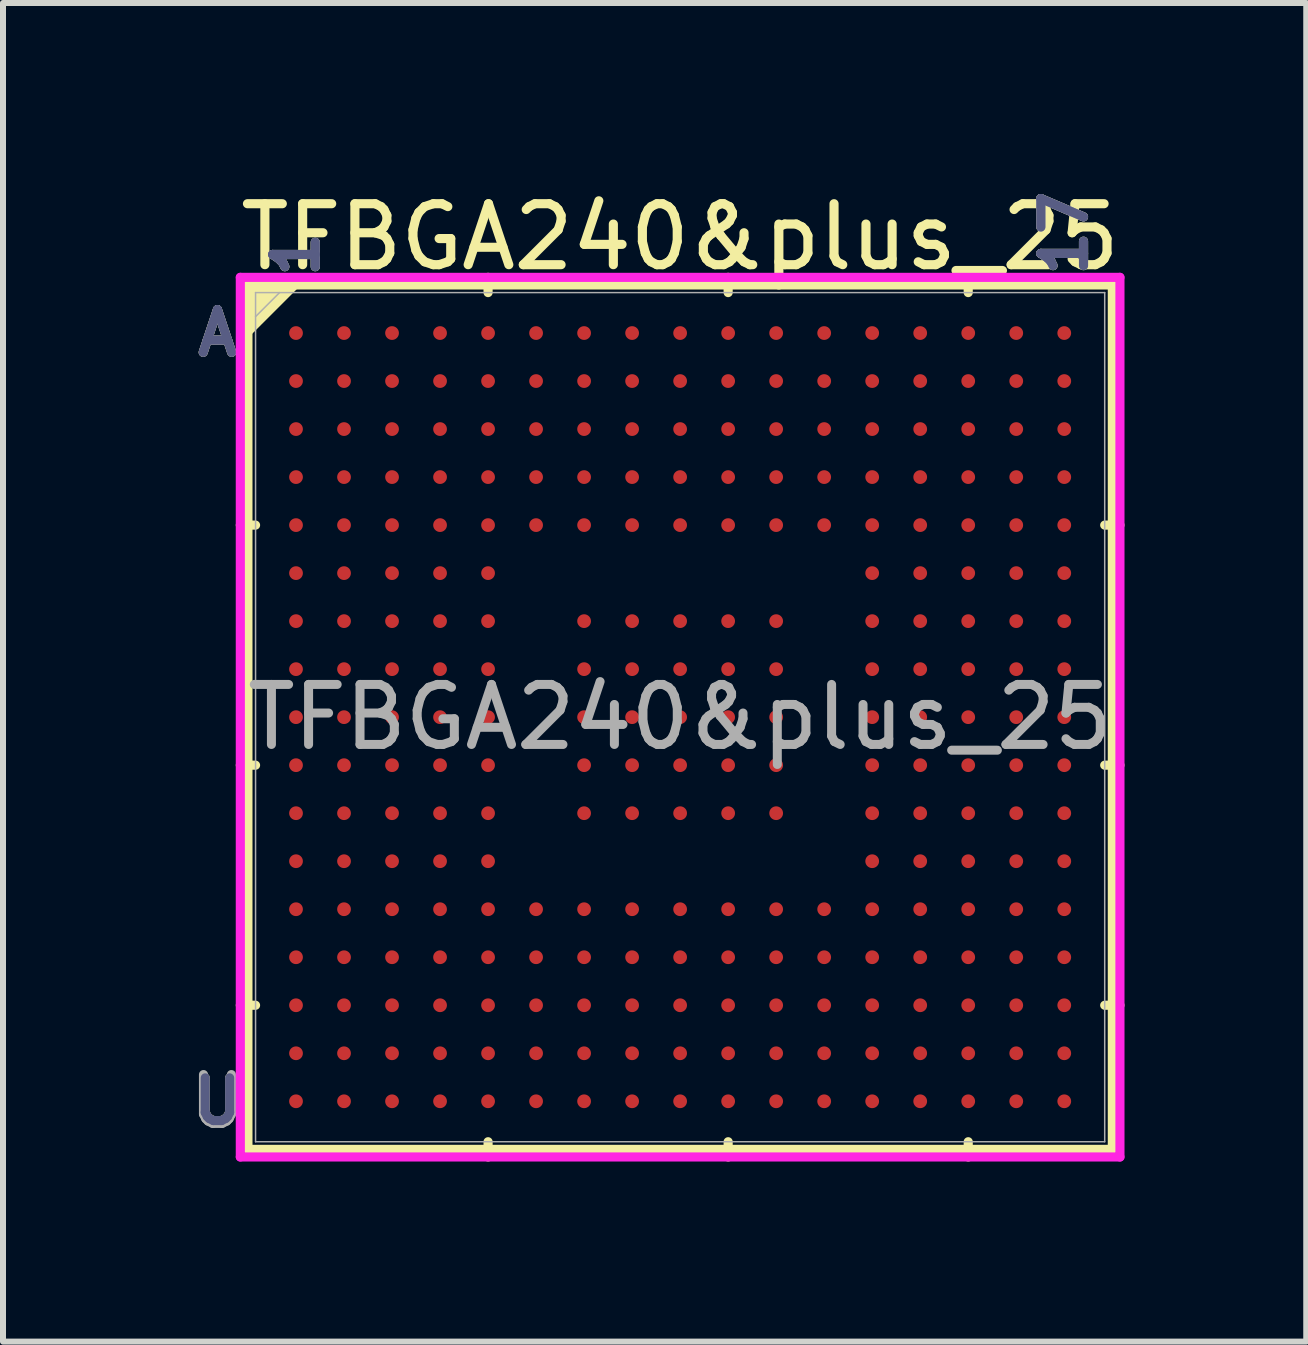
<source format=kicad_pcb>
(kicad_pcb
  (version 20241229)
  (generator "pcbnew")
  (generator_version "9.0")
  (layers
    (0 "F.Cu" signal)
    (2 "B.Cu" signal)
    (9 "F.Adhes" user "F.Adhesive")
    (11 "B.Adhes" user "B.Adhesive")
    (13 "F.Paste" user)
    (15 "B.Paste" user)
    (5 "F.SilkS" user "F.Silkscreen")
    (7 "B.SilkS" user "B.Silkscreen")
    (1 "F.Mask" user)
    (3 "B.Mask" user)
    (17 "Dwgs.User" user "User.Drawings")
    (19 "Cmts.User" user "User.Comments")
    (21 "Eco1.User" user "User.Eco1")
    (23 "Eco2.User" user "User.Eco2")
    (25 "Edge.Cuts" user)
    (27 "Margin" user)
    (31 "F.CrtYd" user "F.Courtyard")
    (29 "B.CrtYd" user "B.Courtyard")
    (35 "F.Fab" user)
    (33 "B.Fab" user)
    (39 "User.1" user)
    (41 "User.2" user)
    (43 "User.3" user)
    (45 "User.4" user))
  (footprint "TFBGA240&plus_25"
    (layer "F.Cu")
    (at 8.282 8.899)
    (property "Reference" "TFBGA240&plus_25" (at 0 -8.001 0) (unlocked yes) (layer "F.SilkS") (effects (font (size 1.016 1.016) (thickness 0.152))))
    (attr smd)
    (fp_line (start -7.201 -7.201) (end -7.201 7.201) (stroke (width 0.152) (type solid)) (layer "F.SilkS"))
    (fp_line (start -7.201 7.201) (end 7.201 7.201) (stroke (width 0.152) (type solid)) (layer "F.SilkS"))
    (fp_line (start -7.074 -3.2) (end -7.328 -3.2) (stroke (width 0.152) (type solid)) (layer "F.SilkS"))
    (fp_line (start -7.074 0.8) (end -7.328 0.8) (stroke (width 0.152) (type solid)) (layer "F.SilkS"))
    (fp_line (start -7.074 4.8) (end -7.328 4.8) (stroke (width 0.152) (type solid)) (layer "F.SilkS"))
    (fp_line (start -3.2 -7.074) (end -3.2 -7.328) (stroke (width 0.152) (type solid)) (layer "F.SilkS"))
    (fp_line (start -3.2 7.074) (end -3.2 7.328) (stroke (width 0.152) (type solid)) (layer "F.SilkS"))
    (fp_line (start 0.8 -7.074) (end 0.8 -7.328) (stroke (width 0.152) (type solid)) (layer "F.SilkS"))
    (fp_line (start 0.8 7.074) (end 0.8 7.328) (stroke (width 0.152) (type solid)) (layer "F.SilkS"))
    (fp_line (start 4.8 -7.074) (end 4.8 -7.328) (stroke (width 0.152) (type solid)) (layer "F.SilkS"))
    (fp_line (start 4.8 7.074) (end 4.8 7.328) (stroke (width 0.152) (type solid)) (layer "F.SilkS"))
    (fp_line (start 7.074 -3.2) (end 7.328 -3.2) (stroke (width 0.152) (type solid)) (layer "F.SilkS"))
    (fp_line (start 7.074 0.8) (end 7.328 0.8) (stroke (width 0.152) (type solid)) (layer "F.SilkS"))
    (fp_line (start 7.074 4.8) (end 7.328 4.8) (stroke (width 0.152) (type solid)) (layer "F.SilkS"))
    (fp_line (start 7.201 -7.201) (end -7.201 -7.201) (stroke (width 0.152) (type solid)) (layer "F.SilkS"))
    (fp_line (start 7.201 7.201) (end 7.201 -7.201) (stroke (width 0.152) (type solid)) (layer "F.SilkS"))
    (fp_poly (pts (xy -7.176 -7.176) (xy -6.413 -7.176) (xy -7.176 -6.413)) (stroke (width 0.1) (type solid)) (fill yes) (layer "F.SilkS"))
    (fp_line (start -7.328 -7.328) (end 7.328 -7.328) (stroke (width 0.152) (type solid)) (layer "F.CrtYd"))
    (fp_line (start -7.328 7.328) (end -7.328 -7.328) (stroke (width 0.152) (type solid)) (layer "F.CrtYd"))
    (fp_line (start 7.328 -7.328) (end 7.328 7.328) (stroke (width 0.152) (type solid)) (layer "F.CrtYd"))
    (fp_line (start 7.328 7.328) (end -7.328 7.328) (stroke (width 0.152) (type solid)) (layer "F.CrtYd"))
    (fp_line (start -7.074 -7.074) (end -7.074 7.074) (stroke (width 0.025) (type solid)) (layer "F.Fab"))
    (fp_line (start -7.074 7.074) (end 7.074 7.074) (stroke (width 0.025) (type solid)) (layer "F.Fab"))
    (fp_line (start -6.674 -7.074) (end -7.074 -6.674) (stroke (width 0.025) (type solid)) (layer "F.Fab"))
    (fp_line (start 7.074 -7.074) (end -7.074 -7.074) (stroke (width 0.025) (type solid)) (layer "F.Fab"))
    (fp_line (start 7.074 7.074) (end 7.074 -7.074) (stroke (width 0.025) (type solid)) (layer "F.Fab"))
    (fp_text user "17" (at 6.4 -8.065 90) (unlocked yes) (layer "F.SilkS") (effects (font (size 0.711 0.711) (thickness 0.152) (bold yes))))
    (fp_text user "1" (at -6.4 -7.709 90) (unlocked yes) (layer "F.SilkS") (effects (font (size 0.711 0.711) (thickness 0.152) (bold yes))))
    (fp_text user "U" (at -7.709 6.4 0) (unlocked yes) (layer "F.SilkS") (effects (font (size 0.711 0.711) (thickness 0.152) (bold yes))))
    (fp_text user "A" (at -7.709 -6.4 0) (unlocked yes) (layer "F.SilkS") (effects (font (size 0.711 0.711) (thickness 0.152) (bold yes))))
    (fp_text user "17" (at 6.4 -8.065 90) (unlocked yes) (layer "B.Fab") (effects (font (size 0.711 0.711) (thickness 0.152) (bold yes))))
    (fp_text user "1" (at -6.4 -7.709 90) (unlocked yes) (layer "B.Fab") (effects (font (size 0.711 0.711) (thickness 0.152) (bold yes))))
    (fp_text user "U" (at -7.709 6.4 0) (unlocked yes) (layer "B.Fab") (effects (font (size 0.711 0.711) (thickness 0.152) (bold yes))))
    (fp_text user "A" (at -7.709 -6.4 0) (unlocked yes) (layer "B.Fab") (effects (font (size 0.711 0.711) (thickness 0.152) (bold yes))))
    (fp_text user "17" (at 6.4 -8.065 90) (unlocked yes) (layer "F.Fab") (effects (font (size 0.711 0.711) (thickness 0.152) (bold yes))))
    (fp_text user "${REFERENCE}" (at 0 0 0) (unlocked yes) (layer "F.Fab") (effects (font (size 1 1) (thickness 0.15))))
    (fp_text user "A" (at -7.709 -6.4 0) (unlocked yes) (layer "F.Fab") (effects (font (size 0.711 0.711) (thickness 0.152) (bold yes))))
    (fp_text user "1" (at -6.4 -7.709 90) (unlocked yes) (layer "F.Fab") (effects (font (size 0.711 0.711) (thickness 0.152) (bold yes))))
    (fp_text user "U" (at -7.709 6.4 0) (unlocked yes) (layer "F.Fab") (effects (font (size 0.813 0.813) (thickness 0.152) (bold yes))))
    (pad "A1" smd circle (at -6.4 -6.4) (size 0.229 0.229) (layers "F.Cu" "F.Mask" "F.Paste"))
    (pad "A2" smd circle (at -5.6 -6.4) (size 0.229 0.229) (layers "F.Cu" "F.Mask" "F.Paste"))
    (pad "A3" smd circle (at -4.8 -6.4) (size 0.229 0.229) (layers "F.Cu" "F.Mask" "F.Paste"))
    (pad "A4" smd circle (at -4 -6.4) (size 0.229 0.229) (layers "F.Cu" "F.Mask" "F.Paste"))
    (pad "A5" smd circle (at -3.2 -6.4) (size 0.229 0.229) (layers "F.Cu" "F.Mask" "F.Paste"))
    (pad "A6" smd circle (at -2.4 -6.4) (size 0.229 0.229) (layers "F.Cu" "F.Mask" "F.Paste"))
    (pad "A7" smd circle (at -1.6 -6.4) (size 0.229 0.229) (layers "F.Cu" "F.Mask" "F.Paste"))
    (pad "A8" smd circle (at -0.8 -6.4) (size 0.229 0.229) (layers "F.Cu" "F.Mask" "F.Paste"))
    (pad "A9" smd circle (at 0 -6.4) (size 0.229 0.229) (layers "F.Cu" "F.Mask" "F.Paste"))
    (pad "A10" smd circle (at 0.8 -6.4) (size 0.229 0.229) (layers "F.Cu" "F.Mask" "F.Paste"))
    (pad "A11" smd circle (at 1.6 -6.4) (size 0.229 0.229) (layers "F.Cu" "F.Mask" "F.Paste"))
    (pad "A12" smd circle (at 2.4 -6.4) (size 0.229 0.229) (layers "F.Cu" "F.Mask" "F.Paste"))
    (pad "A13" smd circle (at 3.2 -6.4) (size 0.229 0.229) (layers "F.Cu" "F.Mask" "F.Paste"))
    (pad "A14" smd circle (at 4 -6.4) (size 0.229 0.229) (layers "F.Cu" "F.Mask" "F.Paste"))
    (pad "A15" smd circle (at 4.8 -6.4) (size 0.229 0.229) (layers "F.Cu" "F.Mask" "F.Paste"))
    (pad "A16" smd circle (at 5.6 -6.4) (size 0.229 0.229) (layers "F.Cu" "F.Mask" "F.Paste"))
    (pad "A17" smd circle (at 6.4 -6.4) (size 0.229 0.229) (layers "F.Cu" "F.Mask" "F.Paste"))
    (pad "B1" smd circle (at -6.4 -5.6) (size 0.229 0.229) (layers "F.Cu" "F.Mask" "F.Paste"))
    (pad "B2" smd circle (at -5.6 -5.6) (size 0.229 0.229) (layers "F.Cu" "F.Mask" "F.Paste"))
    (pad "B3" smd circle (at -4.8 -5.6) (size 0.229 0.229) (layers "F.Cu" "F.Mask" "F.Paste"))
    (pad "B4" smd circle (at -4 -5.6) (size 0.229 0.229) (layers "F.Cu" "F.Mask" "F.Paste"))
    (pad "B5" smd circle (at -3.2 -5.6) (size 0.229 0.229) (layers "F.Cu" "F.Mask" "F.Paste"))
    (pad "B6" smd circle (at -2.4 -5.6) (size 0.229 0.229) (layers "F.Cu" "F.Mask" "F.Paste"))
    (pad "B7" smd circle (at -1.6 -5.6) (size 0.229 0.229) (layers "F.Cu" "F.Mask" "F.Paste"))
    (pad "B8" smd circle (at -0.8 -5.6) (size 0.229 0.229) (layers "F.Cu" "F.Mask" "F.Paste"))
    (pad "B9" smd circle (at 0 -5.6) (size 0.229 0.229) (layers "F.Cu" "F.Mask" "F.Paste"))
    (pad "B10" smd circle (at 0.8 -5.6) (size 0.229 0.229) (layers "F.Cu" "F.Mask" "F.Paste"))
    (pad "B11" smd circle (at 1.6 -5.6) (size 0.229 0.229) (layers "F.Cu" "F.Mask" "F.Paste"))
    (pad "B12" smd circle (at 2.4 -5.6) (size 0.229 0.229) (layers "F.Cu" "F.Mask" "F.Paste"))
    (pad "B13" smd circle (at 3.2 -5.6) (size 0.229 0.229) (layers "F.Cu" "F.Mask" "F.Paste"))
    (pad "B14" smd circle (at 4 -5.6) (size 0.229 0.229) (layers "F.Cu" "F.Mask" "F.Paste"))
    (pad "B15" smd circle (at 4.8 -5.6) (size 0.229 0.229) (layers "F.Cu" "F.Mask" "F.Paste"))
    (pad "B16" smd circle (at 5.6 -5.6) (size 0.229 0.229) (layers "F.Cu" "F.Mask" "F.Paste"))
    (pad "B17" smd circle (at 6.4 -5.6) (size 0.229 0.229) (layers "F.Cu" "F.Mask" "F.Paste"))
    (pad "C1" smd circle (at -6.4 -4.8) (size 0.229 0.229) (layers "F.Cu" "F.Mask" "F.Paste"))
    (pad "C2" smd circle (at -5.6 -4.8) (size 0.229 0.229) (layers "F.Cu" "F.Mask" "F.Paste"))
    (pad "C3" smd circle (at -4.8 -4.8) (size 0.229 0.229) (layers "F.Cu" "F.Mask" "F.Paste"))
    (pad "C4" smd circle (at -4 -4.8) (size 0.229 0.229) (layers "F.Cu" "F.Mask" "F.Paste"))
    (pad "C5" smd circle (at -3.2 -4.8) (size 0.229 0.229) (layers "F.Cu" "F.Mask" "F.Paste"))
    (pad "C6" smd circle (at -2.4 -4.8) (size 0.229 0.229) (layers "F.Cu" "F.Mask" "F.Paste"))
    (pad "C7" smd circle (at -1.6 -4.8) (size 0.229 0.229) (layers "F.Cu" "F.Mask" "F.Paste"))
    (pad "C8" smd circle (at -0.8 -4.8) (size 0.229 0.229) (layers "F.Cu" "F.Mask" "F.Paste"))
    (pad "C9" smd circle (at 0 -4.8) (size 0.229 0.229) (layers "F.Cu" "F.Mask" "F.Paste"))
    (pad "C10" smd circle (at 0.8 -4.8) (size 0.229 0.229) (layers "F.Cu" "F.Mask" "F.Paste"))
    (pad "C11" smd circle (at 1.6 -4.8) (size 0.229 0.229) (layers "F.Cu" "F.Mask" "F.Paste"))
    (pad "C12" smd circle (at 2.4 -4.8) (size 0.229 0.229) (layers "F.Cu" "F.Mask" "F.Paste"))
    (pad "C13" smd circle (at 3.2 -4.8) (size 0.229 0.229) (layers "F.Cu" "F.Mask" "F.Paste"))
    (pad "C14" smd circle (at 4 -4.8) (size 0.229 0.229) (layers "F.Cu" "F.Mask" "F.Paste"))
    (pad "C15" smd circle (at 4.8 -4.8) (size 0.229 0.229) (layers "F.Cu" "F.Mask" "F.Paste"))
    (pad "C16" smd circle (at 5.6 -4.8) (size 0.229 0.229) (layers "F.Cu" "F.Mask" "F.Paste"))
    (pad "C17" smd circle (at 6.4 -4.8) (size 0.229 0.229) (layers "F.Cu" "F.Mask" "F.Paste"))
    (pad "D1" smd circle (at -6.4 -4) (size 0.229 0.229) (layers "F.Cu" "F.Mask" "F.Paste"))
    (pad "D2" smd circle (at -5.6 -4) (size 0.229 0.229) (layers "F.Cu" "F.Mask" "F.Paste"))
    (pad "D3" smd circle (at -4.8 -4) (size 0.229 0.229) (layers "F.Cu" "F.Mask" "F.Paste"))
    (pad "D4" smd circle (at -4 -4) (size 0.229 0.229) (layers "F.Cu" "F.Mask" "F.Paste"))
    (pad "D5" smd circle (at -3.2 -4) (size 0.229 0.229) (layers "F.Cu" "F.Mask" "F.Paste"))
    (pad "D6" smd circle (at -2.4 -4) (size 0.229 0.229) (layers "F.Cu" "F.Mask" "F.Paste"))
    (pad "D7" smd circle (at -1.6 -4) (size 0.229 0.229) (layers "F.Cu" "F.Mask" "F.Paste"))
    (pad "D8" smd circle (at -0.8 -4) (size 0.229 0.229) (layers "F.Cu" "F.Mask" "F.Paste"))
    (pad "D9" smd circle (at 0 -4) (size 0.229 0.229) (layers "F.Cu" "F.Mask" "F.Paste"))
    (pad "D10" smd circle (at 0.8 -4) (size 0.229 0.229) (layers "F.Cu" "F.Mask" "F.Paste"))
    (pad "D11" smd circle (at 1.6 -4) (size 0.229 0.229) (layers "F.Cu" "F.Mask" "F.Paste"))
    (pad "D12" smd circle (at 2.4 -4) (size 0.229 0.229) (layers "F.Cu" "F.Mask" "F.Paste"))
    (pad "D13" smd circle (at 3.2 -4) (size 0.229 0.229) (layers "F.Cu" "F.Mask" "F.Paste"))
    (pad "D14" smd circle (at 4 -4) (size 0.229 0.229) (layers "F.Cu" "F.Mask" "F.Paste"))
    (pad "D15" smd circle (at 4.8 -4) (size 0.229 0.229) (layers "F.Cu" "F.Mask" "F.Paste"))
    (pad "D16" smd circle (at 5.6 -4) (size 0.229 0.229) (layers "F.Cu" "F.Mask" "F.Paste"))
    (pad "D17" smd circle (at 6.4 -4) (size 0.229 0.229) (layers "F.Cu" "F.Mask" "F.Paste"))
    (pad "E1" smd circle (at -6.4 -3.2) (size 0.229 0.229) (layers "F.Cu" "F.Mask" "F.Paste"))
    (pad "E2" smd circle (at -5.6 -3.2) (size 0.229 0.229) (layers "F.Cu" "F.Mask" "F.Paste"))
    (pad "E3" smd circle (at -4.8 -3.2) (size 0.229 0.229) (layers "F.Cu" "F.Mask" "F.Paste"))
    (pad "E4" smd circle (at -4 -3.2) (size 0.229 0.229) (layers "F.Cu" "F.Mask" "F.Paste"))
    (pad "E5" smd circle (at -3.2 -3.2) (size 0.229 0.229) (layers "F.Cu" "F.Mask" "F.Paste"))
    (pad "E6" smd circle (at -2.4 -3.2) (size 0.229 0.229) (layers "F.Cu" "F.Mask" "F.Paste"))
    (pad "E7" smd circle (at -1.6 -3.2) (size 0.229 0.229) (layers "F.Cu" "F.Mask" "F.Paste"))
    (pad "E8" smd circle (at -0.8 -3.2) (size 0.229 0.229) (layers "F.Cu" "F.Mask" "F.Paste"))
    (pad "E9" smd circle (at 0 -3.2) (size 0.229 0.229) (layers "F.Cu" "F.Mask" "F.Paste"))
    (pad "E10" smd circle (at 0.8 -3.2) (size 0.229 0.229) (layers "F.Cu" "F.Mask" "F.Paste"))
    (pad "E11" smd circle (at 1.6 -3.2) (size 0.229 0.229) (layers "F.Cu" "F.Mask" "F.Paste"))
    (pad "E12" smd circle (at 2.4 -3.2) (size 0.229 0.229) (layers "F.Cu" "F.Mask" "F.Paste"))
    (pad "E13" smd circle (at 3.2 -3.2) (size 0.229 0.229) (layers "F.Cu" "F.Mask" "F.Paste"))
    (pad "E14" smd circle (at 4 -3.2) (size 0.229 0.229) (layers "F.Cu" "F.Mask" "F.Paste"))
    (pad "E15" smd circle (at 4.8 -3.2) (size 0.229 0.229) (layers "F.Cu" "F.Mask" "F.Paste"))
    (pad "E16" smd circle (at 5.6 -3.2) (size 0.229 0.229) (layers "F.Cu" "F.Mask" "F.Paste"))
    (pad "E17" smd circle (at 6.4 -3.2) (size 0.229 0.229) (layers "F.Cu" "F.Mask" "F.Paste"))
    (pad "F1" smd circle (at -6.4 -2.4) (size 0.229 0.229) (layers "F.Cu" "F.Mask" "F.Paste"))
    (pad "F2" smd circle (at -5.6 -2.4) (size 0.229 0.229) (layers "F.Cu" "F.Mask" "F.Paste"))
    (pad "F3" smd circle (at -4.8 -2.4) (size 0.229 0.229) (layers "F.Cu" "F.Mask" "F.Paste"))
    (pad "F4" smd circle (at -4 -2.4) (size 0.229 0.229) (layers "F.Cu" "F.Mask" "F.Paste"))
    (pad "F5" smd circle (at -3.2 -2.4) (size 0.229 0.229) (layers "F.Cu" "F.Mask" "F.Paste"))
    (pad "F13" smd circle (at 3.2 -2.4) (size 0.229 0.229) (layers "F.Cu" "F.Mask" "F.Paste"))
    (pad "F14" smd circle (at 4 -2.4) (size 0.229 0.229) (layers "F.Cu" "F.Mask" "F.Paste"))
    (pad "F15" smd circle (at 4.8 -2.4) (size 0.229 0.229) (layers "F.Cu" "F.Mask" "F.Paste"))
    (pad "F16" smd circle (at 5.6 -2.4) (size 0.229 0.229) (layers "F.Cu" "F.Mask" "F.Paste"))
    (pad "F17" smd circle (at 6.4 -2.4) (size 0.229 0.229) (layers "F.Cu" "F.Mask" "F.Paste"))
    (pad "G1" smd circle (at -6.4 -1.6) (size 0.229 0.229) (layers "F.Cu" "F.Mask" "F.Paste"))
    (pad "G2" smd circle (at -5.6 -1.6) (size 0.229 0.229) (layers "F.Cu" "F.Mask" "F.Paste"))
    (pad "G3" smd circle (at -4.8 -1.6) (size 0.229 0.229) (layers "F.Cu" "F.Mask" "F.Paste"))
    (pad "G4" smd circle (at -4 -1.6) (size 0.229 0.229) (layers "F.Cu" "F.Mask" "F.Paste"))
    (pad "G5" smd circle (at -3.2 -1.6) (size 0.229 0.229) (layers "F.Cu" "F.Mask" "F.Paste"))
    (pad "G7" smd circle (at -1.6 -1.6) (size 0.229 0.229) (layers "F.Cu" "F.Mask" "F.Paste"))
    (pad "G8" smd circle (at -0.8 -1.6) (size 0.229 0.229) (layers "F.Cu" "F.Mask" "F.Paste"))
    (pad "G9" smd circle (at 0 -1.6) (size 0.229 0.229) (layers "F.Cu" "F.Mask" "F.Paste"))
    (pad "G10" smd circle (at 0.8 -1.6) (size 0.229 0.229) (layers "F.Cu" "F.Mask" "F.Paste"))
    (pad "G11" smd circle (at 1.6 -1.6) (size 0.229 0.229) (layers "F.Cu" "F.Mask" "F.Paste"))
    (pad "G13" smd circle (at 3.2 -1.6) (size 0.229 0.229) (layers "F.Cu" "F.Mask" "F.Paste"))
    (pad "G14" smd circle (at 4 -1.6) (size 0.229 0.229) (layers "F.Cu" "F.Mask" "F.Paste"))
    (pad "G15" smd circle (at 4.8 -1.6) (size 0.229 0.229) (layers "F.Cu" "F.Mask" "F.Paste"))
    (pad "G16" smd circle (at 5.6 -1.6) (size 0.229 0.229) (layers "F.Cu" "F.Mask" "F.Paste"))
    (pad "G17" smd circle (at 6.4 -1.6) (size 0.229 0.229) (layers "F.Cu" "F.Mask" "F.Paste"))
    (pad "H1" smd circle (at -6.4 -0.8) (size 0.229 0.229) (layers "F.Cu" "F.Mask" "F.Paste"))
    (pad "H2" smd circle (at -5.6 -0.8) (size 0.229 0.229) (layers "F.Cu" "F.Mask" "F.Paste"))
    (pad "H3" smd circle (at -4.8 -0.8) (size 0.229 0.229) (layers "F.Cu" "F.Mask" "F.Paste"))
    (pad "H4" smd circle (at -4 -0.8) (size 0.229 0.229) (layers "F.Cu" "F.Mask" "F.Paste"))
    (pad "H5" smd circle (at -3.2 -0.8) (size 0.229 0.229) (layers "F.Cu" "F.Mask" "F.Paste"))
    (pad "H7" smd circle (at -1.6 -0.8) (size 0.229 0.229) (layers "F.Cu" "F.Mask" "F.Paste"))
    (pad "H8" smd circle (at -0.8 -0.8) (size 0.229 0.229) (layers "F.Cu" "F.Mask" "F.Paste"))
    (pad "H9" smd circle (at 0 -0.8) (size 0.229 0.229) (layers "F.Cu" "F.Mask" "F.Paste"))
    (pad "H10" smd circle (at 0.8 -0.8) (size 0.229 0.229) (layers "F.Cu" "F.Mask" "F.Paste"))
    (pad "H11" smd circle (at 1.6 -0.8) (size 0.229 0.229) (layers "F.Cu" "F.Mask" "F.Paste"))
    (pad "H13" smd circle (at 3.2 -0.8) (size 0.229 0.229) (layers "F.Cu" "F.Mask" "F.Paste"))
    (pad "H14" smd circle (at 4 -0.8) (size 0.229 0.229) (layers "F.Cu" "F.Mask" "F.Paste"))
    (pad "H15" smd circle (at 4.8 -0.8) (size 0.229 0.229) (layers "F.Cu" "F.Mask" "F.Paste"))
    (pad "H16" smd circle (at 5.6 -0.8) (size 0.229 0.229) (layers "F.Cu" "F.Mask" "F.Paste"))
    (pad "H17" smd circle (at 6.4 -0.8) (size 0.229 0.229) (layers "F.Cu" "F.Mask" "F.Paste"))
    (pad "J1" smd circle (at -6.4 0) (size 0.229 0.229) (layers "F.Cu" "F.Mask" "F.Paste"))
    (pad "J2" smd circle (at -5.6 0) (size 0.229 0.229) (layers "F.Cu" "F.Mask" "F.Paste"))
    (pad "J3" smd circle (at -4.8 0) (size 0.229 0.229) (layers "F.Cu" "F.Mask" "F.Paste"))
    (pad "J4" smd circle (at -4 0) (size 0.229 0.229) (layers "F.Cu" "F.Mask" "F.Paste"))
    (pad "J5" smd circle (at -3.2 0) (size 0.229 0.229) (layers "F.Cu" "F.Mask" "F.Paste"))
    (pad "J7" smd circle (at -1.6 0) (size 0.229 0.229) (layers "F.Cu" "F.Mask" "F.Paste"))
    (pad "J8" smd circle (at -0.8 0) (size 0.229 0.229) (layers "F.Cu" "F.Mask" "F.Paste"))
    (pad "J9" smd circle (at 0 0) (size 0.229 0.229) (layers "F.Cu" "F.Mask" "F.Paste"))
    (pad "J10" smd circle (at 0.8 0) (size 0.229 0.229) (layers "F.Cu" "F.Mask" "F.Paste"))
    (pad "J11" smd circle (at 1.6 0) (size 0.229 0.229) (layers "F.Cu" "F.Mask" "F.Paste"))
    (pad "J13" smd circle (at 3.2 0) (size 0.229 0.229) (layers "F.Cu" "F.Mask" "F.Paste"))
    (pad "J14" smd circle (at 4 0) (size 0.229 0.229) (layers "F.Cu" "F.Mask" "F.Paste"))
    (pad "J15" smd circle (at 4.8 0) (size 0.229 0.229) (layers "F.Cu" "F.Mask" "F.Paste"))
    (pad "J16" smd circle (at 5.6 0) (size 0.229 0.229) (layers "F.Cu" "F.Mask" "F.Paste"))
    (pad "J17" smd circle (at 6.4 0) (size 0.229 0.229) (layers "F.Cu" "F.Mask" "F.Paste"))
    (pad "K1" smd circle (at -6.4 0.8) (size 0.229 0.229) (layers "F.Cu" "F.Mask" "F.Paste"))
    (pad "K2" smd circle (at -5.6 0.8) (size 0.229 0.229) (layers "F.Cu" "F.Mask" "F.Paste"))
    (pad "K3" smd circle (at -4.8 0.8) (size 0.229 0.229) (layers "F.Cu" "F.Mask" "F.Paste"))
    (pad "K4" smd circle (at -4 0.8) (size 0.229 0.229) (layers "F.Cu" "F.Mask" "F.Paste"))
    (pad "K5" smd circle (at -3.2 0.8) (size 0.229 0.229) (layers "F.Cu" "F.Mask" "F.Paste"))
    (pad "K7" smd circle (at -1.6 0.8) (size 0.229 0.229) (layers "F.Cu" "F.Mask" "F.Paste"))
    (pad "K8" smd circle (at -0.8 0.8) (size 0.229 0.229) (layers "F.Cu" "F.Mask" "F.Paste"))
    (pad "K9" smd circle (at 0 0.8) (size 0.229 0.229) (layers "F.Cu" "F.Mask" "F.Paste"))
    (pad "K10" smd circle (at 0.8 0.8) (size 0.229 0.229) (layers "F.Cu" "F.Mask" "F.Paste"))
    (pad "K11" smd circle (at 1.6 0.8) (size 0.229 0.229) (layers "F.Cu" "F.Mask" "F.Paste"))
    (pad "K13" smd circle (at 3.2 0.8) (size 0.229 0.229) (layers "F.Cu" "F.Mask" "F.Paste"))
    (pad "K14" smd circle (at 4 0.8) (size 0.229 0.229) (layers "F.Cu" "F.Mask" "F.Paste"))
    (pad "K15" smd circle (at 4.8 0.8) (size 0.229 0.229) (layers "F.Cu" "F.Mask" "F.Paste"))
    (pad "K16" smd circle (at 5.6 0.8) (size 0.229 0.229) (layers "F.Cu" "F.Mask" "F.Paste"))
    (pad "K17" smd circle (at 6.4 0.8) (size 0.229 0.229) (layers "F.Cu" "F.Mask" "F.Paste"))
    (pad "L1" smd circle (at -6.4 1.6) (size 0.229 0.229) (layers "F.Cu" "F.Mask" "F.Paste"))
    (pad "L2" smd circle (at -5.6 1.6) (size 0.229 0.229) (layers "F.Cu" "F.Mask" "F.Paste"))
    (pad "L3" smd circle (at -4.8 1.6) (size 0.229 0.229) (layers "F.Cu" "F.Mask" "F.Paste"))
    (pad "L4" smd circle (at -4 1.6) (size 0.229 0.229) (layers "F.Cu" "F.Mask" "F.Paste"))
    (pad "L5" smd circle (at -3.2 1.6) (size 0.229 0.229) (layers "F.Cu" "F.Mask" "F.Paste"))
    (pad "L7" smd circle (at -1.6 1.6) (size 0.229 0.229) (layers "F.Cu" "F.Mask" "F.Paste"))
    (pad "L8" smd circle (at -0.8 1.6) (size 0.229 0.229) (layers "F.Cu" "F.Mask" "F.Paste"))
    (pad "L9" smd circle (at 0 1.6) (size 0.229 0.229) (layers "F.Cu" "F.Mask" "F.Paste"))
    (pad "L10" smd circle (at 0.8 1.6) (size 0.229 0.229) (layers "F.Cu" "F.Mask" "F.Paste"))
    (pad "L11" smd circle (at 1.6 1.6) (size 0.229 0.229) (layers "F.Cu" "F.Mask" "F.Paste"))
    (pad "L13" smd circle (at 3.2 1.6) (size 0.229 0.229) (layers "F.Cu" "F.Mask" "F.Paste"))
    (pad "L14" smd circle (at 4 1.6) (size 0.229 0.229) (layers "F.Cu" "F.Mask" "F.Paste"))
    (pad "L15" smd circle (at 4.8 1.6) (size 0.229 0.229) (layers "F.Cu" "F.Mask" "F.Paste"))
    (pad "L16" smd circle (at 5.6 1.6) (size 0.229 0.229) (layers "F.Cu" "F.Mask" "F.Paste"))
    (pad "L17" smd circle (at 6.4 1.6) (size 0.229 0.229) (layers "F.Cu" "F.Mask" "F.Paste"))
    (pad "M1" smd circle (at -6.4 2.4) (size 0.229 0.229) (layers "F.Cu" "F.Mask" "F.Paste"))
    (pad "M2" smd circle (at -5.6 2.4) (size 0.229 0.229) (layers "F.Cu" "F.Mask" "F.Paste"))
    (pad "M3" smd circle (at -4.8 2.4) (size 0.229 0.229) (layers "F.Cu" "F.Mask" "F.Paste"))
    (pad "M4" smd circle (at -4 2.4) (size 0.229 0.229) (layers "F.Cu" "F.Mask" "F.Paste"))
    (pad "M5" smd circle (at -3.2 2.4) (size 0.229 0.229) (layers "F.Cu" "F.Mask" "F.Paste"))
    (pad "M13" smd circle (at 3.2 2.4) (size 0.229 0.229) (layers "F.Cu" "F.Mask" "F.Paste"))
    (pad "M14" smd circle (at 4 2.4) (size 0.229 0.229) (layers "F.Cu" "F.Mask" "F.Paste"))
    (pad "M15" smd circle (at 4.8 2.4) (size 0.229 0.229) (layers "F.Cu" "F.Mask" "F.Paste"))
    (pad "M16" smd circle (at 5.6 2.4) (size 0.229 0.229) (layers "F.Cu" "F.Mask" "F.Paste"))
    (pad "M17" smd circle (at 6.4 2.4) (size 0.229 0.229) (layers "F.Cu" "F.Mask" "F.Paste"))
    (pad "N1" smd circle (at -6.4 3.2) (size 0.229 0.229) (layers "F.Cu" "F.Mask" "F.Paste"))
    (pad "N2" smd circle (at -5.6 3.2) (size 0.229 0.229) (layers "F.Cu" "F.Mask" "F.Paste"))
    (pad "N3" smd circle (at -4.8 3.2) (size 0.229 0.229) (layers "F.Cu" "F.Mask" "F.Paste"))
    (pad "N4" smd circle (at -4 3.2) (size 0.229 0.229) (layers "F.Cu" "F.Mask" "F.Paste"))
    (pad "N5" smd circle (at -3.2 3.2) (size 0.229 0.229) (layers "F.Cu" "F.Mask" "F.Paste"))
    (pad "N6" smd circle (at -2.4 3.2) (size 0.229 0.229) (layers "F.Cu" "F.Mask" "F.Paste"))
    (pad "N7" smd circle (at -1.6 3.2) (size 0.229 0.229) (layers "F.Cu" "F.Mask" "F.Paste"))
    (pad "N8" smd circle (at -0.8 3.2) (size 0.229 0.229) (layers "F.Cu" "F.Mask" "F.Paste"))
    (pad "N9" smd circle (at 0 3.2) (size 0.229 0.229) (layers "F.Cu" "F.Mask" "F.Paste"))
    (pad "N10" smd circle (at 0.8 3.2) (size 0.229 0.229) (layers "F.Cu" "F.Mask" "F.Paste"))
    (pad "N11" smd circle (at 1.6 3.2) (size 0.229 0.229) (layers "F.Cu" "F.Mask" "F.Paste"))
    (pad "N12" smd circle (at 2.4 3.2) (size 0.229 0.229) (layers "F.Cu" "F.Mask" "F.Paste"))
    (pad "N13" smd circle (at 3.2 3.2) (size 0.229 0.229) (layers "F.Cu" "F.Mask" "F.Paste"))
    (pad "N14" smd circle (at 4 3.2) (size 0.229 0.229) (layers "F.Cu" "F.Mask" "F.Paste"))
    (pad "N15" smd circle (at 4.8 3.2) (size 0.229 0.229) (layers "F.Cu" "F.Mask" "F.Paste"))
    (pad "N16" smd circle (at 5.6 3.2) (size 0.229 0.229) (layers "F.Cu" "F.Mask" "F.Paste"))
    (pad "N17" smd circle (at 6.4 3.2) (size 0.229 0.229) (layers "F.Cu" "F.Mask" "F.Paste"))
    (pad "P1" smd circle (at -6.4 4) (size 0.229 0.229) (layers "F.Cu" "F.Mask" "F.Paste"))
    (pad "P2" smd circle (at -5.6 4) (size 0.229 0.229) (layers "F.Cu" "F.Mask" "F.Paste"))
    (pad "P3" smd circle (at -4.8 4) (size 0.229 0.229) (layers "F.Cu" "F.Mask" "F.Paste"))
    (pad "P4" smd circle (at -4 4) (size 0.229 0.229) (layers "F.Cu" "F.Mask" "F.Paste"))
    (pad "P5" smd circle (at -3.2 4) (size 0.229 0.229) (layers "F.Cu" "F.Mask" "F.Paste"))
    (pad "P6" smd circle (at -2.4 4) (size 0.229 0.229) (layers "F.Cu" "F.Mask" "F.Paste"))
    (pad "P7" smd circle (at -1.6 4) (size 0.229 0.229) (layers "F.Cu" "F.Mask" "F.Paste"))
    (pad "P8" smd circle (at -0.8 4) (size 0.229 0.229) (layers "F.Cu" "F.Mask" "F.Paste"))
    (pad "P9" smd circle (at 0 4) (size 0.229 0.229) (layers "F.Cu" "F.Mask" "F.Paste"))
    (pad "P10" smd circle (at 0.8 4) (size 0.229 0.229) (layers "F.Cu" "F.Mask" "F.Paste"))
    (pad "P11" smd circle (at 1.6 4) (size 0.229 0.229) (layers "F.Cu" "F.Mask" "F.Paste"))
    (pad "P12" smd circle (at 2.4 4) (size 0.229 0.229) (layers "F.Cu" "F.Mask" "F.Paste"))
    (pad "P13" smd circle (at 3.2 4) (size 0.229 0.229) (layers "F.Cu" "F.Mask" "F.Paste"))
    (pad "P14" smd circle (at 4 4) (size 0.229 0.229) (layers "F.Cu" "F.Mask" "F.Paste"))
    (pad "P15" smd circle (at 4.8 4) (size 0.229 0.229) (layers "F.Cu" "F.Mask" "F.Paste"))
    (pad "P16" smd circle (at 5.6 4) (size 0.229 0.229) (layers "F.Cu" "F.Mask" "F.Paste"))
    (pad "P17" smd circle (at 6.4 4) (size 0.229 0.229) (layers "F.Cu" "F.Mask" "F.Paste"))
    (pad "R1" smd circle (at -6.4 4.8) (size 0.229 0.229) (layers "F.Cu" "F.Mask" "F.Paste"))
    (pad "R2" smd circle (at -5.6 4.8) (size 0.229 0.229) (layers "F.Cu" "F.Mask" "F.Paste"))
    (pad "R3" smd circle (at -4.8 4.8) (size 0.229 0.229) (layers "F.Cu" "F.Mask" "F.Paste"))
    (pad "R4" smd circle (at -4 4.8) (size 0.229 0.229) (layers "F.Cu" "F.Mask" "F.Paste"))
    (pad "R5" smd circle (at -3.2 4.8) (size 0.229 0.229) (layers "F.Cu" "F.Mask" "F.Paste"))
    (pad "R6" smd circle (at -2.4 4.8) (size 0.229 0.229) (layers "F.Cu" "F.Mask" "F.Paste"))
    (pad "R7" smd circle (at -1.6 4.8) (size 0.229 0.229) (layers "F.Cu" "F.Mask" "F.Paste"))
    (pad "R8" smd circle (at -0.8 4.8) (size 0.229 0.229) (layers "F.Cu" "F.Mask" "F.Paste"))
    (pad "R9" smd circle (at 0 4.8) (size 0.229 0.229) (layers "F.Cu" "F.Mask" "F.Paste"))
    (pad "R10" smd circle (at 0.8 4.8) (size 0.229 0.229) (layers "F.Cu" "F.Mask" "F.Paste"))
    (pad "R11" smd circle (at 1.6 4.8) (size 0.229 0.229) (layers "F.Cu" "F.Mask" "F.Paste"))
    (pad "R12" smd circle (at 2.4 4.8) (size 0.229 0.229) (layers "F.Cu" "F.Mask" "F.Paste"))
    (pad "R13" smd circle (at 3.2 4.8) (size 0.229 0.229) (layers "F.Cu" "F.Mask" "F.Paste"))
    (pad "R14" smd circle (at 4 4.8) (size 0.229 0.229) (layers "F.Cu" "F.Mask" "F.Paste"))
    (pad "R15" smd circle (at 4.8 4.8) (size 0.229 0.229) (layers "F.Cu" "F.Mask" "F.Paste"))
    (pad "R16" smd circle (at 5.6 4.8) (size 0.229 0.229) (layers "F.Cu" "F.Mask" "F.Paste"))
    (pad "R17" smd circle (at 6.4 4.8) (size 0.229 0.229) (layers "F.Cu" "F.Mask" "F.Paste"))
    (pad "T1" smd circle (at -6.4 5.6) (size 0.229 0.229) (layers "F.Cu" "F.Mask" "F.Paste"))
    (pad "T2" smd circle (at -5.6 5.6) (size 0.229 0.229) (layers "F.Cu" "F.Mask" "F.Paste"))
    (pad "T3" smd circle (at -4.8 5.6) (size 0.229 0.229) (layers "F.Cu" "F.Mask" "F.Paste"))
    (pad "T4" smd circle (at -4 5.6) (size 0.229 0.229) (layers "F.Cu" "F.Mask" "F.Paste"))
    (pad "T5" smd circle (at -3.2 5.6) (size 0.229 0.229) (layers "F.Cu" "F.Mask" "F.Paste"))
    (pad "T6" smd circle (at -2.4 5.6) (size 0.229 0.229) (layers "F.Cu" "F.Mask" "F.Paste"))
    (pad "T7" smd circle (at -1.6 5.6) (size 0.229 0.229) (layers "F.Cu" "F.Mask" "F.Paste"))
    (pad "T8" smd circle (at -0.8 5.6) (size 0.229 0.229) (layers "F.Cu" "F.Mask" "F.Paste"))
    (pad "T9" smd circle (at 0 5.6) (size 0.229 0.229) (layers "F.Cu" "F.Mask" "F.Paste"))
    (pad "T10" smd circle (at 0.8 5.6) (size 0.229 0.229) (layers "F.Cu" "F.Mask" "F.Paste"))
    (pad "T11" smd circle (at 1.6 5.6) (size 0.229 0.229) (layers "F.Cu" "F.Mask" "F.Paste"))
    (pad "T12" smd circle (at 2.4 5.6) (size 0.229 0.229) (layers "F.Cu" "F.Mask" "F.Paste"))
    (pad "T13" smd circle (at 3.2 5.6) (size 0.229 0.229) (layers "F.Cu" "F.Mask" "F.Paste"))
    (pad "T14" smd circle (at 4 5.6) (size 0.229 0.229) (layers "F.Cu" "F.Mask" "F.Paste"))
    (pad "T15" smd circle (at 4.8 5.6) (size 0.229 0.229) (layers "F.Cu" "F.Mask" "F.Paste"))
    (pad "T16" smd circle (at 5.6 5.6) (size 0.229 0.229) (layers "F.Cu" "F.Mask" "F.Paste"))
    (pad "T17" smd circle (at 6.4 5.6) (size 0.229 0.229) (layers "F.Cu" "F.Mask" "F.Paste"))
    (pad "U1" smd circle (at -6.4 6.4) (size 0.229 0.229) (layers "F.Cu" "F.Mask" "F.Paste"))
    (pad "U2" smd circle (at -5.6 6.4) (size 0.229 0.229) (layers "F.Cu" "F.Mask" "F.Paste"))
    (pad "U3" smd circle (at -4.8 6.4) (size 0.229 0.229) (layers "F.Cu" "F.Mask" "F.Paste"))
    (pad "U4" smd circle (at -4 6.4) (size 0.229 0.229) (layers "F.Cu" "F.Mask" "F.Paste"))
    (pad "U5" smd circle (at -3.2 6.4) (size 0.229 0.229) (layers "F.Cu" "F.Mask" "F.Paste"))
    (pad "U6" smd circle (at -2.4 6.4) (size 0.229 0.229) (layers "F.Cu" "F.Mask" "F.Paste"))
    (pad "U7" smd circle (at -1.6 6.4) (size 0.229 0.229) (layers "F.Cu" "F.Mask" "F.Paste"))
    (pad "U8" smd circle (at -0.8 6.4) (size 0.229 0.229) (layers "F.Cu" "F.Mask" "F.Paste"))
    (pad "U9" smd circle (at 0 6.4) (size 0.229 0.229) (layers "F.Cu" "F.Mask" "F.Paste"))
    (pad "U10" smd circle (at 0.8 6.4) (size 0.229 0.229) (layers "F.Cu" "F.Mask" "F.Paste"))
    (pad "U11" smd circle (at 1.6 6.4) (size 0.229 0.229) (layers "F.Cu" "F.Mask" "F.Paste"))
    (pad "U12" smd circle (at 2.4 6.4) (size 0.229 0.229) (layers "F.Cu" "F.Mask" "F.Paste"))
    (pad "U13" smd circle (at 3.2 6.4) (size 0.229 0.229) (layers "F.Cu" "F.Mask" "F.Paste"))
    (pad "U14" smd circle (at 4 6.4) (size 0.229 0.229) (layers "F.Cu" "F.Mask" "F.Paste"))
    (pad "U15" smd circle (at 4.8 6.4) (size 0.229 0.229) (layers "F.Cu" "F.Mask" "F.Paste"))
    (pad "U16" smd circle (at 5.6 6.4) (size 0.229 0.229) (layers "F.Cu" "F.Mask" "F.Paste"))
    (pad "U17" smd circle (at 6.4 6.4) (size 0.229 0.229) (layers "F.Cu" "F.Mask" "F.Paste")))
  (gr_rect
    (start -3 -3)
    (end 18.714 19.303)
    (stroke (width 0.1) (type default))
    (fill no)
    (layer "Edge.Cuts")))
</source>
